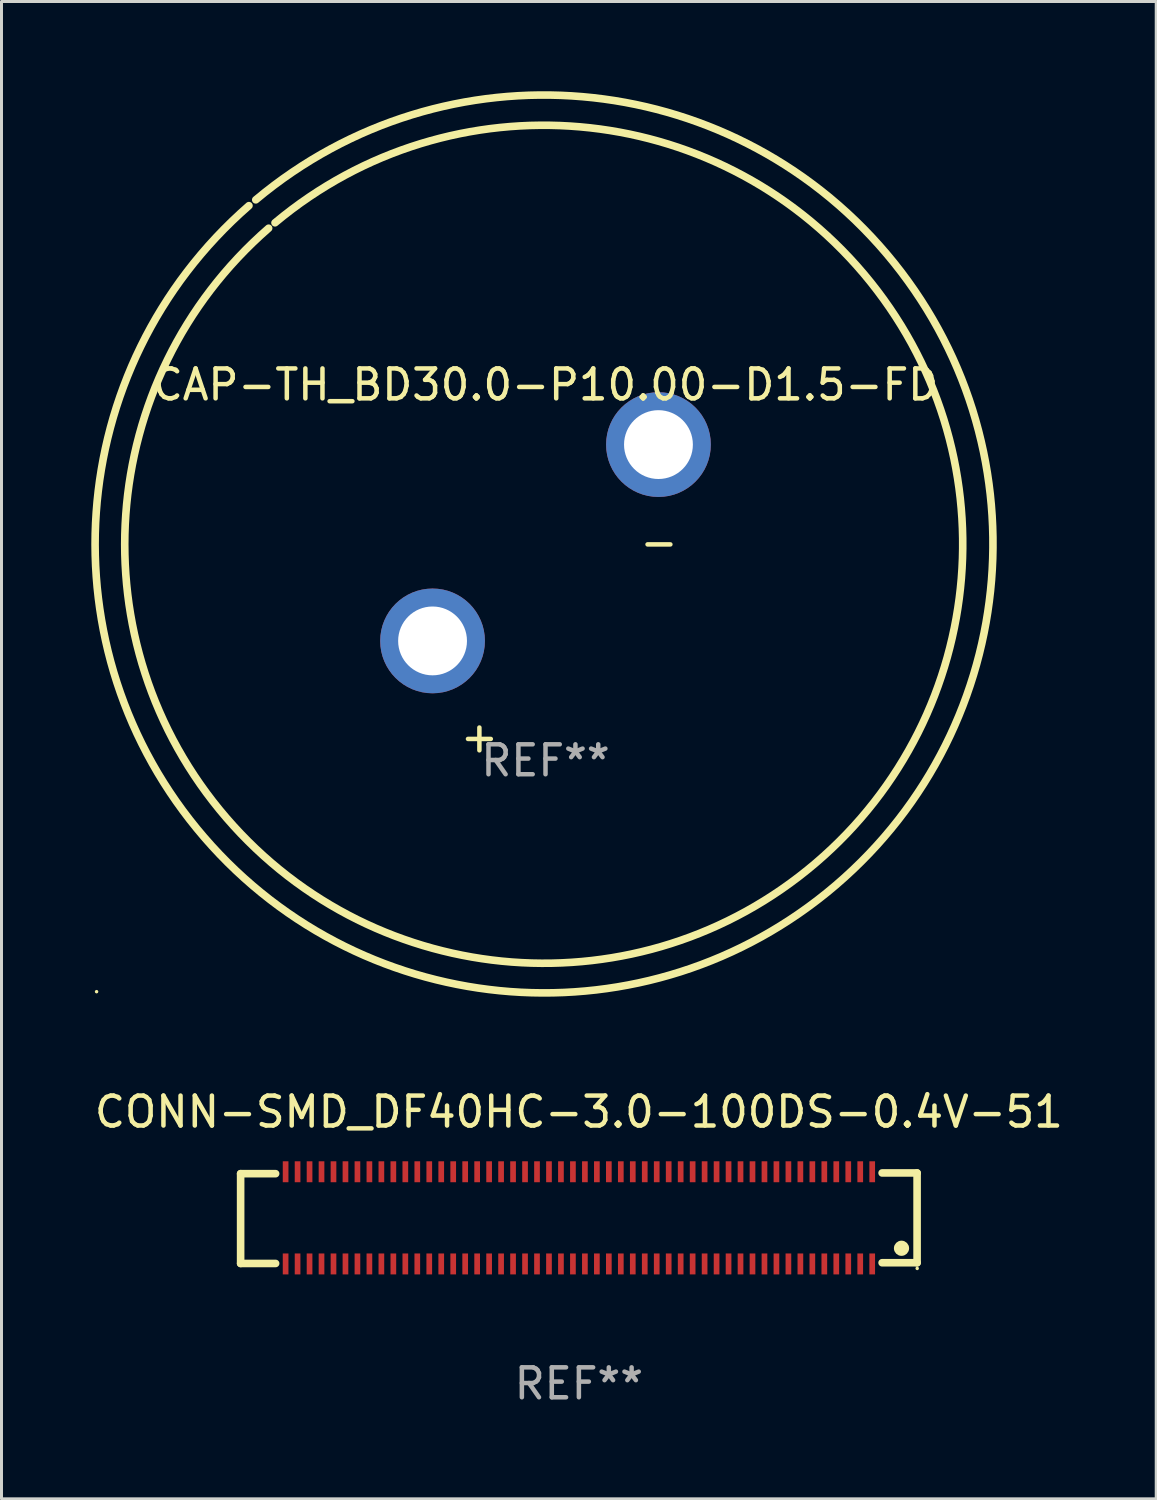
<source format=kicad_pcb>
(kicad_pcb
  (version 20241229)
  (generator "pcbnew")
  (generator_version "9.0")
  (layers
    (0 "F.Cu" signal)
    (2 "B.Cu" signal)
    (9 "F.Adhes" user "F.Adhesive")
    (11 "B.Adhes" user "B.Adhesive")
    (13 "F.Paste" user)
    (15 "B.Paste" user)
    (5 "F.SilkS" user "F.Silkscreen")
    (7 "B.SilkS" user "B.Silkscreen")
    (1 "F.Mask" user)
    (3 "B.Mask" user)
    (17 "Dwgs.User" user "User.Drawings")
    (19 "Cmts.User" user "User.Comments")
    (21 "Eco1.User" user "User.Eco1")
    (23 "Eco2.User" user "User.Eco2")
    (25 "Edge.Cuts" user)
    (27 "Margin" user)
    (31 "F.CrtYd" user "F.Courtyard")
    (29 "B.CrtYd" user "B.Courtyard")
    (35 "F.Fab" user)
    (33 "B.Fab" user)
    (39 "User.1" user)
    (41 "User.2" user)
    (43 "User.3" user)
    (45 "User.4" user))
  (footprint "CONN-SMD_DF40HC-3.0-100DS-0.4V-51"
    (layer "F.Cu")
    (at 16.293 37.642)
    (property "Reference" "CONN-SMD_DF40HC-3.0-100DS-0.4V-51" (at -0.001 -3.54 0) (layer "F.SilkS") (effects (font (size 1 1) (thickness 0.15))))
    (attr through_hole)
    (fp_line (start -11.303 -1.476) (end -10.134 -1.476) (stroke (width 0.254) (type solid)) (layer "F.SilkS"))
    (fp_line (start -11.303 1.524) (end -11.303 -1.476) (stroke (width 0.254) (type solid)) (layer "F.SilkS"))
    (fp_line (start -11.303 1.524) (end -10.134 1.524) (stroke (width 0.254) (type solid)) (layer "F.SilkS"))
    (fp_line (start 10.131 -1.5) (end 11.3 -1.5) (stroke (width 0.254) (type solid)) (layer "F.SilkS"))
    (fp_line (start 10.131 1.5) (end 11.3 1.5) (stroke (width 0.254) (type solid)) (layer "F.SilkS"))
    (fp_line (start 11.3 1.5) (end 11.3 -1.5) (stroke (width 0.254) (type solid)) (layer "F.SilkS"))
    (fp_circle (center 10.779 1.016) (end 10.906 1.016) (stroke (width 0.254) (type solid)) (fill no) (layer "F.SilkS"))
    (fp_circle (center 11.303 1.69) (end 11.333 1.69) (stroke (width 0.06) (type solid)) (fill no) (layer "F.SilkS"))
    (fp_text user "REF**" (at -0.001 5.54 0) (layer "F.Fab") (effects (font (size 1 1) (thickness 0.15))))
    (pad "1" smd rect (at 9.8 1.54) (size 0.19 0.7) (layers "F.Cu" "F.Mask" "F.Paste"))
    (pad "2" smd rect (at 9.4 1.54) (size 0.19 0.7) (layers "F.Cu" "F.Mask" "F.Paste"))
    (pad "3" smd rect (at 9 1.54) (size 0.19 0.7) (layers "F.Cu" "F.Mask" "F.Paste"))
    (pad "4" smd rect (at 8.6 1.54) (size 0.19 0.7) (layers "F.Cu" "F.Mask" "F.Paste"))
    (pad "5" smd rect (at 8.2 1.54) (size 0.19 0.7) (layers "F.Cu" "F.Mask" "F.Paste"))
    (pad "6" smd rect (at 7.8 1.54) (size 0.19 0.7) (layers "F.Cu" "F.Mask" "F.Paste"))
    (pad "7" smd rect (at 7.4 1.54) (size 0.19 0.7) (layers "F.Cu" "F.Mask" "F.Paste"))
    (pad "8" smd rect (at 7 1.54) (size 0.19 0.7) (layers "F.Cu" "F.Mask" "F.Paste"))
    (pad "9" smd rect (at 6.6 1.54) (size 0.19 0.7) (layers "F.Cu" "F.Mask" "F.Paste"))
    (pad "10" smd rect (at 6.2 1.54) (size 0.19 0.7) (layers "F.Cu" "F.Mask" "F.Paste"))
    (pad "11" smd rect (at 5.8 1.54) (size 0.19 0.7) (layers "F.Cu" "F.Mask" "F.Paste"))
    (pad "12" smd rect (at 5.4 1.54) (size 0.19 0.7) (layers "F.Cu" "F.Mask" "F.Paste"))
    (pad "13" smd rect (at 5 1.54) (size 0.19 0.7) (layers "F.Cu" "F.Mask" "F.Paste"))
    (pad "14" smd rect (at 4.6 1.54) (size 0.19 0.7) (layers "F.Cu" "F.Mask" "F.Paste"))
    (pad "15" smd rect (at 4.2 1.54) (size 0.19 0.7) (layers "F.Cu" "F.Mask" "F.Paste"))
    (pad "16" smd rect (at 3.8 1.54) (size 0.19 0.7) (layers "F.Cu" "F.Mask" "F.Paste"))
    (pad "17" smd rect (at 3.4 1.54) (size 0.19 0.7) (layers "F.Cu" "F.Mask" "F.Paste"))
    (pad "18" smd rect (at 3 1.54) (size 0.19 0.7) (layers "F.Cu" "F.Mask" "F.Paste"))
    (pad "19" smd rect (at 2.6 1.54) (size 0.19 0.7) (layers "F.Cu" "F.Mask" "F.Paste"))
    (pad "20" smd rect (at 2.2 1.54) (size 0.19 0.7) (layers "F.Cu" "F.Mask" "F.Paste"))
    (pad "21" smd rect (at 1.8 1.54) (size 0.19 0.7) (layers "F.Cu" "F.Mask" "F.Paste"))
    (pad "22" smd rect (at 1.4 1.54) (size 0.19 0.7) (layers "F.Cu" "F.Mask" "F.Paste"))
    (pad "23" smd rect (at 1 1.54) (size 0.19 0.7) (layers "F.Cu" "F.Mask" "F.Paste"))
    (pad "24" smd rect (at 0.6 1.54) (size 0.19 0.7) (layers "F.Cu" "F.Mask" "F.Paste"))
    (pad "25" smd rect (at 0.2 1.54) (size 0.19 0.7) (layers "F.Cu" "F.Mask" "F.Paste"))
    (pad "26" smd rect (at -0.2 1.54) (size 0.19 0.7) (layers "F.Cu" "F.Mask" "F.Paste"))
    (pad "27" smd rect (at -0.6 1.54) (size 0.19 0.7) (layers "F.Cu" "F.Mask" "F.Paste"))
    (pad "28" smd rect (at -1 1.54) (size 0.19 0.7) (layers "F.Cu" "F.Mask" "F.Paste"))
    (pad "29" smd rect (at -1.4 1.54) (size 0.19 0.7) (layers "F.Cu" "F.Mask" "F.Paste"))
    (pad "30" smd rect (at -1.8 1.54) (size 0.19 0.7) (layers "F.Cu" "F.Mask" "F.Paste"))
    (pad "31" smd rect (at -2.2 1.54) (size 0.19 0.7) (layers "F.Cu" "F.Mask" "F.Paste"))
    (pad "32" smd rect (at -2.6 1.54) (size 0.19 0.7) (layers "F.Cu" "F.Mask" "F.Paste"))
    (pad "33" smd rect (at -3 1.54) (size 0.19 0.7) (layers "F.Cu" "F.Mask" "F.Paste"))
    (pad "34" smd rect (at -3.4 1.54) (size 0.19 0.7) (layers "F.Cu" "F.Mask" "F.Paste"))
    (pad "35" smd rect (at -3.8 1.54 180) (size 0.19 0.7) (layers "F.Cu" "F.Mask" "F.Paste"))
    (pad "36" smd rect (at -4.2 1.54) (size 0.19 0.7) (layers "F.Cu" "F.Mask" "F.Paste"))
    (pad "37" smd rect (at -4.6 1.54) (size 0.19 0.7) (layers "F.Cu" "F.Mask" "F.Paste"))
    (pad "38" smd rect (at -5 1.54) (size 0.19 0.7) (layers "F.Cu" "F.Mask" "F.Paste"))
    (pad "39" smd rect (at -5.4 1.54) (size 0.19 0.7) (layers "F.Cu" "F.Mask" "F.Paste"))
    (pad "40" smd rect (at -5.8 1.54) (size 0.19 0.7) (layers "F.Cu" "F.Mask" "F.Paste"))
    (pad "41" smd rect (at -6.2 1.54) (size 0.19 0.7) (layers "F.Cu" "F.Mask" "F.Paste"))
    (pad "42" smd rect (at -6.6 1.54) (size 0.19 0.7) (layers "F.Cu" "F.Mask" "F.Paste"))
    (pad "43" smd rect (at -7 1.54) (size 0.19 0.7) (layers "F.Cu" "F.Mask" "F.Paste"))
    (pad "44" smd rect (at -7.4 1.54) (size 0.19 0.7) (layers "F.Cu" "F.Mask" "F.Paste"))
    (pad "45" smd rect (at -7.8 1.54) (size 0.19 0.7) (layers "F.Cu" "F.Mask" "F.Paste"))
    (pad "46" smd rect (at -8.2 1.54 180) (size 0.19 0.7) (layers "F.Cu" "F.Mask" "F.Paste"))
    (pad "47" smd rect (at -8.6 1.54 180) (size 0.19 0.7) (layers "F.Cu" "F.Mask" "F.Paste"))
    (pad "48" smd rect (at -9 1.54 180) (size 0.19 0.7) (layers "F.Cu" "F.Mask" "F.Paste"))
    (pad "49" smd rect (at -9.4 1.54 180) (size 0.19 0.7) (layers "F.Cu" "F.Mask" "F.Paste"))
    (pad "50" smd rect (at -9.8 1.54 180) (size 0.19 0.7) (layers "F.Cu" "F.Mask" "F.Paste"))
    (pad "51" smd rect (at -9.8 -1.54) (size 0.19 0.7) (layers "F.Cu" "F.Mask" "F.Paste"))
    (pad "52" smd rect (at -9.4 -1.54) (size 0.19 0.7) (layers "F.Cu" "F.Mask" "F.Paste"))
    (pad "53" smd rect (at -9 -1.54) (size 0.19 0.7) (layers "F.Cu" "F.Mask" "F.Paste"))
    (pad "54" smd rect (at -8.6 -1.54) (size 0.19 0.7) (layers "F.Cu" "F.Mask" "F.Paste"))
    (pad "55" smd rect (at -8.2 -1.54) (size 0.19 0.7) (layers "F.Cu" "F.Mask" "F.Paste"))
    (pad "56" smd rect (at -7.8 -1.54) (size 0.19 0.7) (layers "F.Cu" "F.Mask" "F.Paste"))
    (pad "57" smd rect (at -7.4 -1.54) (size 0.19 0.7) (layers "F.Cu" "F.Mask" "F.Paste"))
    (pad "58" smd rect (at -7 -1.54) (size 0.19 0.7) (layers "F.Cu" "F.Mask" "F.Paste"))
    (pad "59" smd rect (at -6.6 -1.54) (size 0.19 0.7) (layers "F.Cu" "F.Mask" "F.Paste"))
    (pad "60" smd rect (at -6.2 -1.54) (size 0.19 0.7) (layers "F.Cu" "F.Mask" "F.Paste"))
    (pad "61" smd rect (at -5.8 -1.54) (size 0.19 0.7) (layers "F.Cu" "F.Mask" "F.Paste"))
    (pad "62" smd rect (at -5.4 -1.54) (size 0.19 0.7) (layers "F.Cu" "F.Mask" "F.Paste"))
    (pad "63" smd rect (at -5 -1.54) (size 0.19 0.7) (layers "F.Cu" "F.Mask" "F.Paste"))
    (pad "64" smd rect (at -4.6 -1.54) (size 0.19 0.7) (layers "F.Cu" "F.Mask" "F.Paste"))
    (pad "65" smd rect (at -4.2 -1.54) (size 0.19 0.7) (layers "F.Cu" "F.Mask" "F.Paste"))
    (pad "66" smd rect (at -3.8 -1.54) (size 0.19 0.7) (layers "F.Cu" "F.Mask" "F.Paste"))
    (pad "67" smd rect (at -3.4 -1.54) (size 0.19 0.7) (layers "F.Cu" "F.Mask" "F.Paste"))
    (pad "68" smd rect (at -3 -1.54) (size 0.19 0.7) (layers "F.Cu" "F.Mask" "F.Paste"))
    (pad "69" smd rect (at -2.6 -1.54) (size 0.19 0.7) (layers "F.Cu" "F.Mask" "F.Paste"))
    (pad "70" smd rect (at -2.2 -1.54) (size 0.19 0.7) (layers "F.Cu" "F.Mask" "F.Paste"))
    (pad "71" smd rect (at -1.8 -1.54) (size 0.19 0.7) (layers "F.Cu" "F.Mask" "F.Paste"))
    (pad "72" smd rect (at -1.4 -1.54) (size 0.19 0.7) (layers "F.Cu" "F.Mask" "F.Paste"))
    (pad "73" smd rect (at -1 -1.54) (size 0.19 0.7) (layers "F.Cu" "F.Mask" "F.Paste"))
    (pad "74" smd rect (at -0.6 -1.54) (size 0.19 0.7) (layers "F.Cu" "F.Mask" "F.Paste"))
    (pad "75" smd rect (at -0.2 -1.54) (size 0.19 0.7) (layers "F.Cu" "F.Mask" "F.Paste"))
    (pad "76" smd rect (at 0.2 -1.54) (size 0.19 0.7) (layers "F.Cu" "F.Mask" "F.Paste"))
    (pad "77" smd rect (at 0.6 -1.54) (size 0.19 0.7) (layers "F.Cu" "F.Mask" "F.Paste"))
    (pad "78" smd rect (at 1 -1.54) (size 0.19 0.7) (layers "F.Cu" "F.Mask" "F.Paste"))
    (pad "79" smd rect (at 1.4 -1.54) (size 0.19 0.7) (layers "F.Cu" "F.Mask" "F.Paste"))
    (pad "80" smd rect (at 1.8 -1.54) (size 0.19 0.7) (layers "F.Cu" "F.Mask" "F.Paste"))
    (pad "81" smd rect (at 2.2 -1.54) (size 0.19 0.7) (layers "F.Cu" "F.Mask" "F.Paste"))
    (pad "82" smd rect (at 2.6 -1.54) (size 0.19 0.7) (layers "F.Cu" "F.Mask" "F.Paste"))
    (pad "83" smd rect (at 3 -1.54) (size 0.19 0.7) (layers "F.Cu" "F.Mask" "F.Paste"))
    (pad "84" smd rect (at 3.4 -1.54) (size 0.19 0.7) (layers "F.Cu" "F.Mask" "F.Paste"))
    (pad "85" smd rect (at 3.8 -1.54) (size 0.19 0.7) (layers "F.Cu" "F.Mask" "F.Paste"))
    (pad "86" smd rect (at 4.2 -1.54) (size 0.19 0.7) (layers "F.Cu" "F.Mask" "F.Paste"))
    (pad "87" smd rect (at 4.6 -1.54) (size 0.19 0.7) (layers "F.Cu" "F.Mask" "F.Paste"))
    (pad "88" smd rect (at 5 -1.54) (size 0.19 0.7) (layers "F.Cu" "F.Mask" "F.Paste"))
    (pad "89" smd rect (at 5.4 -1.54) (size 0.19 0.7) (layers "F.Cu" "F.Mask" "F.Paste"))
    (pad "90" smd rect (at 5.8 -1.54) (size 0.19 0.7) (layers "F.Cu" "F.Mask" "F.Paste"))
    (pad "91" smd rect (at 6.2 -1.54) (size 0.19 0.7) (layers "F.Cu" "F.Mask" "F.Paste"))
    (pad "92" smd rect (at 6.6 -1.54) (size 0.19 0.7) (layers "F.Cu" "F.Mask" "F.Paste"))
    (pad "93" smd rect (at 7 -1.54) (size 0.19 0.7) (layers "F.Cu" "F.Mask" "F.Paste"))
    (pad "94" smd rect (at 7.4 -1.54) (size 0.19 0.7) (layers "F.Cu" "F.Mask" "F.Paste"))
    (pad "95" smd rect (at 7.8 -1.54) (size 0.19 0.7) (layers "F.Cu" "F.Mask" "F.Paste"))
    (pad "96" smd rect (at 8.2 -1.54) (size 0.19 0.7) (layers "F.Cu" "F.Mask" "F.Paste"))
    (pad "97" smd rect (at 8.6 -1.54) (size 0.19 0.7) (layers "F.Cu" "F.Mask" "F.Paste"))
    (pad "98" smd rect (at 9 -1.54) (size 0.19 0.7) (layers "F.Cu" "F.Mask" "F.Paste"))
    (pad "99" smd rect (at 9.4 -1.54) (size 0.19 0.7) (layers "F.Cu" "F.Mask" "F.Paste"))
    (pad "100" smd rect (at 9.8 -1.54) (size 0.19 0.7) (layers "F.Cu" "F.Mask" "F.Paste")))
  (footprint "CAP-TH_BD30.0-P10.00-D1.5-FD"
    (layer "F.Cu")
    (at 15.177 15.085)
    (property "Reference" "CAP-TH_BD30.0-P10.00-D1.5-FD" (at 0 -5.28 0) (layer "F.SilkS") (effects (font (size 1 1) (thickness 0.15))))
    (attr through_hole)
    (fp_arc (start -9.681052 -11.45809) (mid 9.694962 11.444996) (end -9.909114 -11.263185) (stroke (width 0.254001) (type solid)) (layer "F.SilkS"))
    (fp_arc (start -9.037922 -10.691135) (mid 9.032928 10.696428) (end -9.250894 -10.509357) (stroke (width 0.254001) (type solid)) (layer "F.SilkS"))
    (fp_circle (center -15 15) (end -14.97 15) (stroke (width 0.06) (type solid)) (fill no) (layer "F.SilkS"))
    (fp_text user "-" (at 3.791 -0.019 0) (layer "F.SilkS") (effects (font (size 1 1) (thickness 0.15))))
    (fp_text user "+" (at -2.209 6.481 0) (layer "F.SilkS") (effects (font (size 1 1) (thickness 0.15))))
    (fp_text user "REF**" (at 0 7.28 0) (layer "F.Fab") (effects (font (size 1 1) (thickness 0.15))))
    (pad "1" thru_hole circle (at -3.774 3.28) (size 3.5 3.5) (drill 2.3) (layers "*.Cu" "*.Mask"))
    (pad "2" thru_hole circle (at 3.774 -3.28) (size 3.5 3.5) (drill 2.3) (layers "*.Cu" "*.Mask")))
  (gr_rect
    (start -3 -3)
    (end 35.583 47.031)
    (stroke (width 0.1) (type default))
    (fill no)
    (layer "Edge.Cuts")))
</source>
